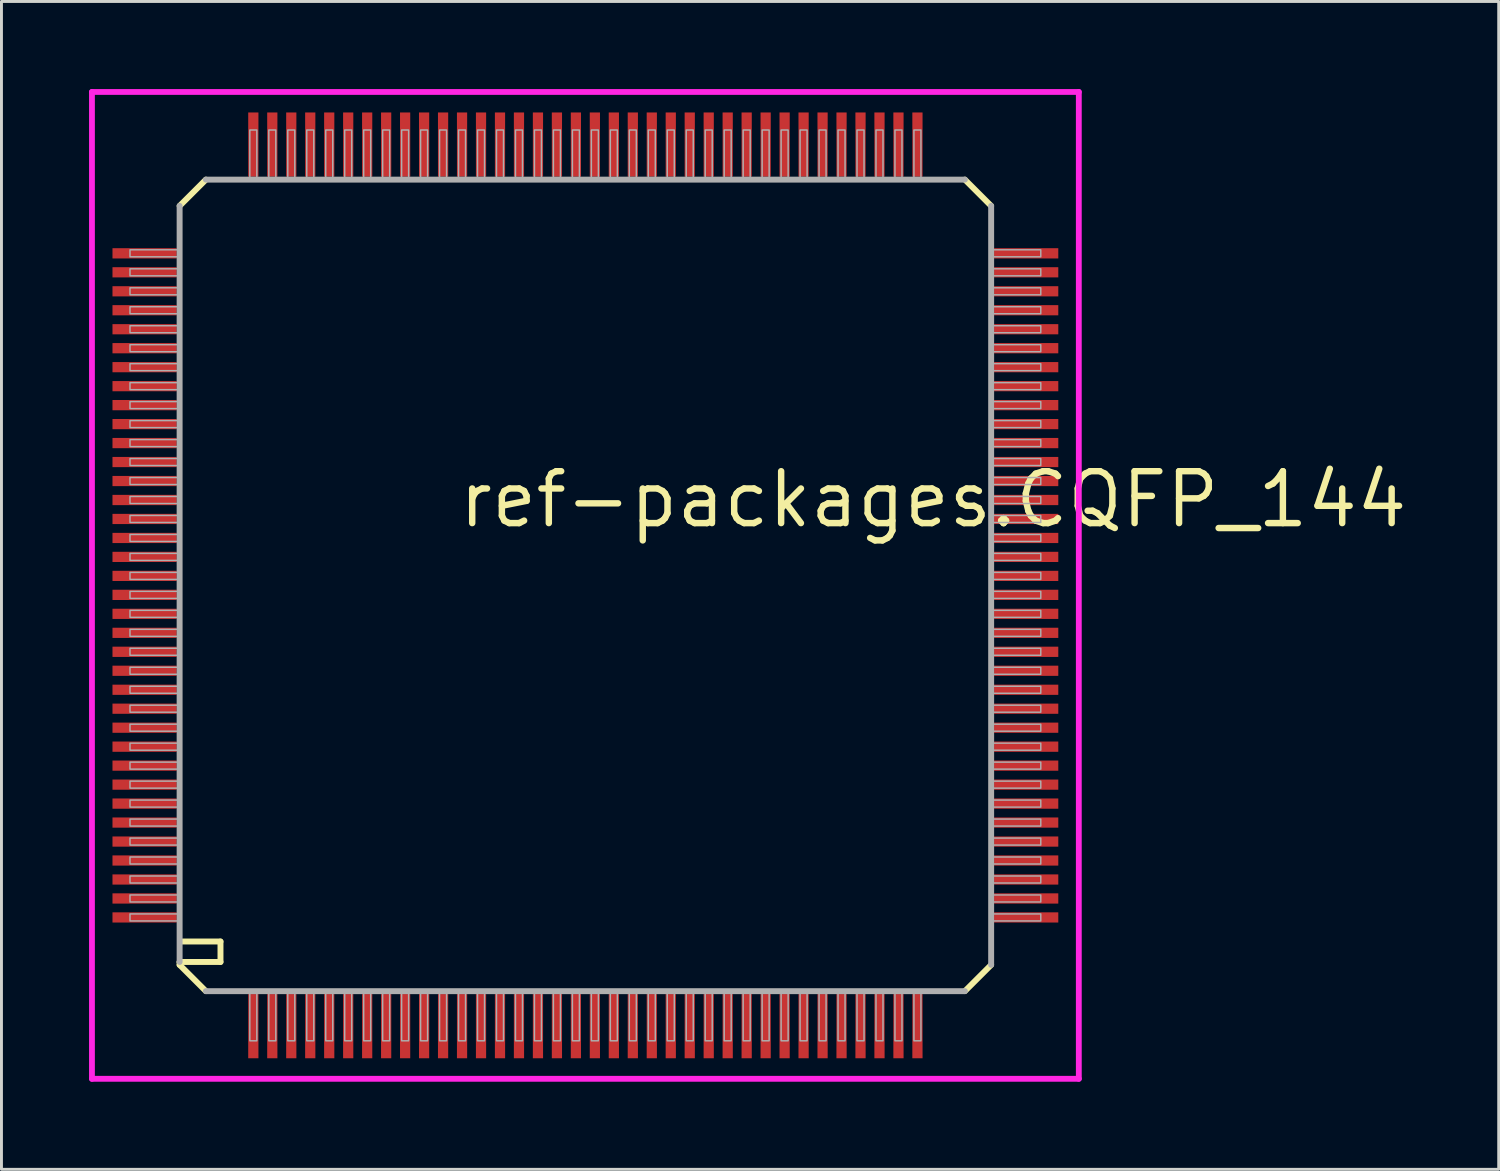
<source format=kicad_pcb>
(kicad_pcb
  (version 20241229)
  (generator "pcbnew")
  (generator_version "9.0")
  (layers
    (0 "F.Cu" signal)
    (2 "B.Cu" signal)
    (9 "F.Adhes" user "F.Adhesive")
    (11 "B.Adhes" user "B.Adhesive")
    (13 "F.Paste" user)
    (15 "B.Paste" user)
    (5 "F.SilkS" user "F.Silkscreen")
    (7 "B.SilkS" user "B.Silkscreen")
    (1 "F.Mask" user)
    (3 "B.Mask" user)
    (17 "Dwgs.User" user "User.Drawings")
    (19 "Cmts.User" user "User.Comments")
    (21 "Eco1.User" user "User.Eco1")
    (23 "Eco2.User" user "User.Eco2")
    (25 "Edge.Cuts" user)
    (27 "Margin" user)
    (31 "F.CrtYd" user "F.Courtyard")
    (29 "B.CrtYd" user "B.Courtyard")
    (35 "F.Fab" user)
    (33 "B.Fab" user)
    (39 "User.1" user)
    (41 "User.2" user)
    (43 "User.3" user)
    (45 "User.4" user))
  (footprint "ref-packages.CQFP_144"
    (layer "F.Cu")
    (at 17.003 17.003)
    (property "Reference" "ref-packages.CQFP_144" (at -4.445 -1.905 0) (layer "F.SilkS") (effects (font (size 1.778 1.778) (thickness 0.22)) (justify left bottom)))
    (attr smd)
    (fp_line (start -13.9 -13) (end -13 -13.9) (stroke (width 0.203) (type default)) (layer "F.SilkS"))
    (fp_line (start -13.9 12.9) (end -13.9 13) (stroke (width 0.203) (type default)) (layer "F.SilkS"))
    (fp_line (start -13.9 12.9) (end -12.5 12.9) (stroke (width 0.203) (type default)) (layer "F.SilkS"))
    (fp_line (start -13.9 13) (end -13 13.9) (stroke (width 0.203) (type default)) (layer "F.SilkS"))
    (fp_line (start -12.5 12.2) (end -13.8 12.2) (stroke (width 0.203) (type default)) (layer "F.SilkS"))
    (fp_line (start -12.5 12.9) (end -12.5 12.2) (stroke (width 0.203) (type default)) (layer "F.SilkS"))
    (fp_line (start 13 -13.9) (end 13.9 -13) (stroke (width 0.203) (type default)) (layer "F.SilkS"))
    (fp_line (start 13 13.9) (end 13.9 13) (stroke (width 0.203) (type default)) (layer "F.SilkS"))
    (fp_line (start -16.903 -16.903) (end 16.903 -16.903) (stroke (width 0.2) (type default)) (layer "F.CrtYd"))
    (fp_line (start -16.903 16.903) (end -16.903 -16.903) (stroke (width 0.2) (type default)) (layer "F.CrtYd"))
    (fp_line (start 16.903 -16.903) (end 16.903 16.903) (stroke (width 0.2) (type default)) (layer "F.CrtYd"))
    (fp_line (start 16.903 16.903) (end -16.903 16.903) (stroke (width 0.2) (type default)) (layer "F.CrtYd"))
    (fp_line (start -13.9 -13) (end -13.9 12.9) (stroke (width 0.203) (type default)) (layer "F.Fab"))
    (fp_line (start -13 13.9) (end 13 13.9) (stroke (width 0.203) (type default)) (layer "F.Fab"))
    (fp_line (start 13 -13.9) (end -13 -13.9) (stroke (width 0.203) (type default)) (layer "F.Fab"))
    (fp_line (start 13.9 13) (end 13.9 -13) (stroke (width 0.203) (type default)) (layer "F.Fab"))
    (fp_rect (start -15.6 -11.255) (end -13.9 -11.495) (stroke (width 0.05) (type default)) (fill no) (layer "F.Fab"))
    (fp_rect (start -15.6 -10.605) (end -13.9 -10.845) (stroke (width 0.05) (type default)) (fill no) (layer "F.Fab"))
    (fp_rect (start -15.6 -9.955) (end -13.9 -10.195) (stroke (width 0.05) (type default)) (fill no) (layer "F.Fab"))
    (fp_rect (start -15.6 -9.305) (end -13.9 -9.545) (stroke (width 0.05) (type default)) (fill no) (layer "F.Fab"))
    (fp_rect (start -15.6 -8.655) (end -13.9 -8.895) (stroke (width 0.05) (type default)) (fill no) (layer "F.Fab"))
    (fp_rect (start -15.6 -8.005) (end -13.9 -8.245) (stroke (width 0.05) (type default)) (fill no) (layer "F.Fab"))
    (fp_rect (start -15.6 -7.355) (end -13.9 -7.595) (stroke (width 0.05) (type default)) (fill no) (layer "F.Fab"))
    (fp_rect (start -15.6 -6.705) (end -13.9 -6.945) (stroke (width 0.05) (type default)) (fill no) (layer "F.Fab"))
    (fp_rect (start -15.6 -6.055) (end -13.9 -6.295) (stroke (width 0.05) (type default)) (fill no) (layer "F.Fab"))
    (fp_rect (start -15.6 -5.405) (end -13.9 -5.645) (stroke (width 0.05) (type default)) (fill no) (layer "F.Fab"))
    (fp_rect (start -15.6 -4.755) (end -13.9 -4.995) (stroke (width 0.05) (type default)) (fill no) (layer "F.Fab"))
    (fp_rect (start -15.6 -4.105) (end -13.9 -4.345) (stroke (width 0.05) (type default)) (fill no) (layer "F.Fab"))
    (fp_rect (start -15.6 -3.455) (end -13.9 -3.695) (stroke (width 0.05) (type default)) (fill no) (layer "F.Fab"))
    (fp_rect (start -15.6 -2.805) (end -13.9 -3.045) (stroke (width 0.05) (type default)) (fill no) (layer "F.Fab"))
    (fp_rect (start -15.6 -2.155) (end -13.9 -2.395) (stroke (width 0.05) (type default)) (fill no) (layer "F.Fab"))
    (fp_rect (start -15.6 -1.505) (end -13.9 -1.745) (stroke (width 0.05) (type default)) (fill no) (layer "F.Fab"))
    (fp_rect (start -15.6 -0.855) (end -13.9 -1.095) (stroke (width 0.05) (type default)) (fill no) (layer "F.Fab"))
    (fp_rect (start -15.6 -0.205) (end -13.9 -0.445) (stroke (width 0.05) (type default)) (fill no) (layer "F.Fab"))
    (fp_rect (start -15.6 0.445) (end -13.9 0.205) (stroke (width 0.05) (type default)) (fill no) (layer "F.Fab"))
    (fp_rect (start -15.6 1.095) (end -13.9 0.855) (stroke (width 0.05) (type default)) (fill no) (layer "F.Fab"))
    (fp_rect (start -15.6 1.745) (end -13.9 1.505) (stroke (width 0.05) (type default)) (fill no) (layer "F.Fab"))
    (fp_rect (start -15.6 2.395) (end -13.9 2.155) (stroke (width 0.05) (type default)) (fill no) (layer "F.Fab"))
    (fp_rect (start -15.6 3.045) (end -13.9 2.805) (stroke (width 0.05) (type default)) (fill no) (layer "F.Fab"))
    (fp_rect (start -15.6 3.695) (end -13.9 3.455) (stroke (width 0.05) (type default)) (fill no) (layer "F.Fab"))
    (fp_rect (start -15.6 4.345) (end -13.9 4.105) (stroke (width 0.05) (type default)) (fill no) (layer "F.Fab"))
    (fp_rect (start -15.6 4.995) (end -13.9 4.755) (stroke (width 0.05) (type default)) (fill no) (layer "F.Fab"))
    (fp_rect (start -15.6 5.645) (end -13.9 5.405) (stroke (width 0.05) (type default)) (fill no) (layer "F.Fab"))
    (fp_rect (start -15.6 6.295) (end -13.9 6.055) (stroke (width 0.05) (type default)) (fill no) (layer "F.Fab"))
    (fp_rect (start -15.6 6.945) (end -13.9 6.705) (stroke (width 0.05) (type default)) (fill no) (layer "F.Fab"))
    (fp_rect (start -15.6 7.595) (end -13.9 7.355) (stroke (width 0.05) (type default)) (fill no) (layer "F.Fab"))
    (fp_rect (start -15.6 8.245) (end -13.9 8.005) (stroke (width 0.05) (type default)) (fill no) (layer "F.Fab"))
    (fp_rect (start -15.6 8.895) (end -13.9 8.655) (stroke (width 0.05) (type default)) (fill no) (layer "F.Fab"))
    (fp_rect (start -15.6 9.545) (end -13.9 9.305) (stroke (width 0.05) (type default)) (fill no) (layer "F.Fab"))
    (fp_rect (start -15.6 10.195) (end -13.9 9.955) (stroke (width 0.05) (type default)) (fill no) (layer "F.Fab"))
    (fp_rect (start -15.6 10.845) (end -13.9 10.605) (stroke (width 0.05) (type default)) (fill no) (layer "F.Fab"))
    (fp_rect (start -15.6 11.495) (end -13.9 11.255) (stroke (width 0.05) (type default)) (fill no) (layer "F.Fab"))
    (fp_rect (start -11.495 -13.9) (end -11.255 -15.6) (stroke (width 0.05) (type default)) (fill no) (layer "F.Fab"))
    (fp_rect (start -11.495 15.6) (end -11.255 13.9) (stroke (width 0.05) (type default)) (fill no) (layer "F.Fab"))
    (fp_rect (start -10.845 -13.9) (end -10.605 -15.6) (stroke (width 0.05) (type default)) (fill no) (layer "F.Fab"))
    (fp_rect (start -10.845 15.6) (end -10.605 13.9) (stroke (width 0.05) (type default)) (fill no) (layer "F.Fab"))
    (fp_rect (start -10.195 -13.9) (end -9.955 -15.6) (stroke (width 0.05) (type default)) (fill no) (layer "F.Fab"))
    (fp_rect (start -10.195 15.6) (end -9.955 13.9) (stroke (width 0.05) (type default)) (fill no) (layer "F.Fab"))
    (fp_rect (start -9.545 -13.9) (end -9.305 -15.6) (stroke (width 0.05) (type default)) (fill no) (layer "F.Fab"))
    (fp_rect (start -9.545 15.6) (end -9.305 13.9) (stroke (width 0.05) (type default)) (fill no) (layer "F.Fab"))
    (fp_rect (start -8.895 -13.9) (end -8.655 -15.6) (stroke (width 0.05) (type default)) (fill no) (layer "F.Fab"))
    (fp_rect (start -8.895 15.6) (end -8.655 13.9) (stroke (width 0.05) (type default)) (fill no) (layer "F.Fab"))
    (fp_rect (start -8.245 -13.9) (end -8.005 -15.6) (stroke (width 0.05) (type default)) (fill no) (layer "F.Fab"))
    (fp_rect (start -8.245 15.6) (end -8.005 13.9) (stroke (width 0.05) (type default)) (fill no) (layer "F.Fab"))
    (fp_rect (start -7.595 -13.9) (end -7.355 -15.6) (stroke (width 0.05) (type default)) (fill no) (layer "F.Fab"))
    (fp_rect (start -7.595 15.6) (end -7.355 13.9) (stroke (width 0.05) (type default)) (fill no) (layer "F.Fab"))
    (fp_rect (start -6.945 -13.9) (end -6.705 -15.6) (stroke (width 0.05) (type default)) (fill no) (layer "F.Fab"))
    (fp_rect (start -6.945 15.6) (end -6.705 13.9) (stroke (width 0.05) (type default)) (fill no) (layer "F.Fab"))
    (fp_rect (start -6.295 -13.9) (end -6.055 -15.6) (stroke (width 0.05) (type default)) (fill no) (layer "F.Fab"))
    (fp_rect (start -6.295 15.6) (end -6.055 13.9) (stroke (width 0.05) (type default)) (fill no) (layer "F.Fab"))
    (fp_rect (start -5.645 -13.9) (end -5.405 -15.6) (stroke (width 0.05) (type default)) (fill no) (layer "F.Fab"))
    (fp_rect (start -5.645 15.6) (end -5.405 13.9) (stroke (width 0.05) (type default)) (fill no) (layer "F.Fab"))
    (fp_rect (start -4.995 -13.9) (end -4.755 -15.6) (stroke (width 0.05) (type default)) (fill no) (layer "F.Fab"))
    (fp_rect (start -4.995 15.6) (end -4.755 13.9) (stroke (width 0.05) (type default)) (fill no) (layer "F.Fab"))
    (fp_rect (start -4.345 -13.9) (end -4.105 -15.6) (stroke (width 0.05) (type default)) (fill no) (layer "F.Fab"))
    (fp_rect (start -4.345 15.6) (end -4.105 13.9) (stroke (width 0.05) (type default)) (fill no) (layer "F.Fab"))
    (fp_rect (start -3.695 -13.9) (end -3.455 -15.6) (stroke (width 0.05) (type default)) (fill no) (layer "F.Fab"))
    (fp_rect (start -3.695 15.6) (end -3.455 13.9) (stroke (width 0.05) (type default)) (fill no) (layer "F.Fab"))
    (fp_rect (start -3.045 -13.9) (end -2.805 -15.6) (stroke (width 0.05) (type default)) (fill no) (layer "F.Fab"))
    (fp_rect (start -3.045 15.6) (end -2.805 13.9) (stroke (width 0.05) (type default)) (fill no) (layer "F.Fab"))
    (fp_rect (start -2.395 -13.9) (end -2.155 -15.6) (stroke (width 0.05) (type default)) (fill no) (layer "F.Fab"))
    (fp_rect (start -2.395 15.6) (end -2.155 13.9) (stroke (width 0.05) (type default)) (fill no) (layer "F.Fab"))
    (fp_rect (start -1.745 -13.9) (end -1.505 -15.6) (stroke (width 0.05) (type default)) (fill no) (layer "F.Fab"))
    (fp_rect (start -1.745 15.6) (end -1.505 13.9) (stroke (width 0.05) (type default)) (fill no) (layer "F.Fab"))
    (fp_rect (start -1.095 -13.9) (end -0.855 -15.6) (stroke (width 0.05) (type default)) (fill no) (layer "F.Fab"))
    (fp_rect (start -1.095 15.6) (end -0.855 13.9) (stroke (width 0.05) (type default)) (fill no) (layer "F.Fab"))
    (fp_rect (start -0.445 -13.9) (end -0.205 -15.6) (stroke (width 0.05) (type default)) (fill no) (layer "F.Fab"))
    (fp_rect (start -0.445 15.6) (end -0.205 13.9) (stroke (width 0.05) (type default)) (fill no) (layer "F.Fab"))
    (fp_rect (start 0.205 -13.9) (end 0.445 -15.6) (stroke (width 0.05) (type default)) (fill no) (layer "F.Fab"))
    (fp_rect (start 0.205 15.6) (end 0.445 13.9) (stroke (width 0.05) (type default)) (fill no) (layer "F.Fab"))
    (fp_rect (start 0.855 -13.9) (end 1.095 -15.6) (stroke (width 0.05) (type default)) (fill no) (layer "F.Fab"))
    (fp_rect (start 0.855 15.6) (end 1.095 13.9) (stroke (width 0.05) (type default)) (fill no) (layer "F.Fab"))
    (fp_rect (start 1.505 -13.9) (end 1.745 -15.6) (stroke (width 0.05) (type default)) (fill no) (layer "F.Fab"))
    (fp_rect (start 1.505 15.6) (end 1.745 13.9) (stroke (width 0.05) (type default)) (fill no) (layer "F.Fab"))
    (fp_rect (start 2.155 -13.9) (end 2.395 -15.6) (stroke (width 0.05) (type default)) (fill no) (layer "F.Fab"))
    (fp_rect (start 2.155 15.6) (end 2.395 13.9) (stroke (width 0.05) (type default)) (fill no) (layer "F.Fab"))
    (fp_rect (start 2.805 -13.9) (end 3.045 -15.6) (stroke (width 0.05) (type default)) (fill no) (layer "F.Fab"))
    (fp_rect (start 2.805 15.6) (end 3.045 13.9) (stroke (width 0.05) (type default)) (fill no) (layer "F.Fab"))
    (fp_rect (start 3.455 -13.9) (end 3.695 -15.6) (stroke (width 0.05) (type default)) (fill no) (layer "F.Fab"))
    (fp_rect (start 3.455 15.6) (end 3.695 13.9) (stroke (width 0.05) (type default)) (fill no) (layer "F.Fab"))
    (fp_rect (start 4.105 -13.9) (end 4.345 -15.6) (stroke (width 0.05) (type default)) (fill no) (layer "F.Fab"))
    (fp_rect (start 4.105 15.6) (end 4.345 13.9) (stroke (width 0.05) (type default)) (fill no) (layer "F.Fab"))
    (fp_rect (start 4.755 -13.9) (end 4.995 -15.6) (stroke (width 0.05) (type default)) (fill no) (layer "F.Fab"))
    (fp_rect (start 4.755 15.6) (end 4.995 13.9) (stroke (width 0.05) (type default)) (fill no) (layer "F.Fab"))
    (fp_rect (start 5.405 -13.9) (end 5.645 -15.6) (stroke (width 0.05) (type default)) (fill no) (layer "F.Fab"))
    (fp_rect (start 5.405 15.6) (end 5.645 13.9) (stroke (width 0.05) (type default)) (fill no) (layer "F.Fab"))
    (fp_rect (start 6.055 -13.9) (end 6.295 -15.6) (stroke (width 0.05) (type default)) (fill no) (layer "F.Fab"))
    (fp_rect (start 6.055 15.6) (end 6.295 13.9) (stroke (width 0.05) (type default)) (fill no) (layer "F.Fab"))
    (fp_rect (start 6.705 -13.9) (end 6.945 -15.6) (stroke (width 0.05) (type default)) (fill no) (layer "F.Fab"))
    (fp_rect (start 6.705 15.6) (end 6.945 13.9) (stroke (width 0.05) (type default)) (fill no) (layer "F.Fab"))
    (fp_rect (start 7.355 -13.9) (end 7.595 -15.6) (stroke (width 0.05) (type default)) (fill no) (layer "F.Fab"))
    (fp_rect (start 7.355 15.6) (end 7.595 13.9) (stroke (width 0.05) (type default)) (fill no) (layer "F.Fab"))
    (fp_rect (start 8.005 -13.9) (end 8.245 -15.6) (stroke (width 0.05) (type default)) (fill no) (layer "F.Fab"))
    (fp_rect (start 8.005 15.6) (end 8.245 13.9) (stroke (width 0.05) (type default)) (fill no) (layer "F.Fab"))
    (fp_rect (start 8.655 -13.9) (end 8.895 -15.6) (stroke (width 0.05) (type default)) (fill no) (layer "F.Fab"))
    (fp_rect (start 8.655 15.6) (end 8.895 13.9) (stroke (width 0.05) (type default)) (fill no) (layer "F.Fab"))
    (fp_rect (start 9.305 -13.9) (end 9.545 -15.6) (stroke (width 0.05) (type default)) (fill no) (layer "F.Fab"))
    (fp_rect (start 9.305 15.6) (end 9.545 13.9) (stroke (width 0.05) (type default)) (fill no) (layer "F.Fab"))
    (fp_rect (start 9.955 -13.9) (end 10.195 -15.6) (stroke (width 0.05) (type default)) (fill no) (layer "F.Fab"))
    (fp_rect (start 9.955 15.6) (end 10.195 13.9) (stroke (width 0.05) (type default)) (fill no) (layer "F.Fab"))
    (fp_rect (start 10.605 -13.9) (end 10.845 -15.6) (stroke (width 0.05) (type default)) (fill no) (layer "F.Fab"))
    (fp_rect (start 10.605 15.6) (end 10.845 13.9) (stroke (width 0.05) (type default)) (fill no) (layer "F.Fab"))
    (fp_rect (start 11.255 -13.9) (end 11.495 -15.6) (stroke (width 0.05) (type default)) (fill no) (layer "F.Fab"))
    (fp_rect (start 11.255 15.6) (end 11.495 13.9) (stroke (width 0.05) (type default)) (fill no) (layer "F.Fab"))
    (fp_rect (start 13.9 -11.255) (end 15.6 -11.495) (stroke (width 0.05) (type default)) (fill no) (layer "F.Fab"))
    (fp_rect (start 13.9 -10.605) (end 15.6 -10.845) (stroke (width 0.05) (type default)) (fill no) (layer "F.Fab"))
    (fp_rect (start 13.9 -9.955) (end 15.6 -10.195) (stroke (width 0.05) (type default)) (fill no) (layer "F.Fab"))
    (fp_rect (start 13.9 -9.305) (end 15.6 -9.545) (stroke (width 0.05) (type default)) (fill no) (layer "F.Fab"))
    (fp_rect (start 13.9 -8.655) (end 15.6 -8.895) (stroke (width 0.05) (type default)) (fill no) (layer "F.Fab"))
    (fp_rect (start 13.9 -8.005) (end 15.6 -8.245) (stroke (width 0.05) (type default)) (fill no) (layer "F.Fab"))
    (fp_rect (start 13.9 -7.355) (end 15.6 -7.595) (stroke (width 0.05) (type default)) (fill no) (layer "F.Fab"))
    (fp_rect (start 13.9 -6.705) (end 15.6 -6.945) (stroke (width 0.05) (type default)) (fill no) (layer "F.Fab"))
    (fp_rect (start 13.9 -6.055) (end 15.6 -6.295) (stroke (width 0.05) (type default)) (fill no) (layer "F.Fab"))
    (fp_rect (start 13.9 -5.405) (end 15.6 -5.645) (stroke (width 0.05) (type default)) (fill no) (layer "F.Fab"))
    (fp_rect (start 13.9 -4.755) (end 15.6 -4.995) (stroke (width 0.05) (type default)) (fill no) (layer "F.Fab"))
    (fp_rect (start 13.9 -4.105) (end 15.6 -4.345) (stroke (width 0.05) (type default)) (fill no) (layer "F.Fab"))
    (fp_rect (start 13.9 -3.455) (end 15.6 -3.695) (stroke (width 0.05) (type default)) (fill no) (layer "F.Fab"))
    (fp_rect (start 13.9 -2.805) (end 15.6 -3.045) (stroke (width 0.05) (type default)) (fill no) (layer "F.Fab"))
    (fp_rect (start 13.9 -2.155) (end 15.6 -2.395) (stroke (width 0.05) (type default)) (fill no) (layer "F.Fab"))
    (fp_rect (start 13.9 -1.505) (end 15.6 -1.745) (stroke (width 0.05) (type default)) (fill no) (layer "F.Fab"))
    (fp_rect (start 13.9 -0.855) (end 15.6 -1.095) (stroke (width 0.05) (type default)) (fill no) (layer "F.Fab"))
    (fp_rect (start 13.9 -0.205) (end 15.6 -0.445) (stroke (width 0.05) (type default)) (fill no) (layer "F.Fab"))
    (fp_rect (start 13.9 0.445) (end 15.6 0.205) (stroke (width 0.05) (type default)) (fill no) (layer "F.Fab"))
    (fp_rect (start 13.9 1.095) (end 15.6 0.855) (stroke (width 0.05) (type default)) (fill no) (layer "F.Fab"))
    (fp_rect (start 13.9 1.745) (end 15.6 1.505) (stroke (width 0.05) (type default)) (fill no) (layer "F.Fab"))
    (fp_rect (start 13.9 2.395) (end 15.6 2.155) (stroke (width 0.05) (type default)) (fill no) (layer "F.Fab"))
    (fp_rect (start 13.9 3.045) (end 15.6 2.805) (stroke (width 0.05) (type default)) (fill no) (layer "F.Fab"))
    (fp_rect (start 13.9 3.695) (end 15.6 3.455) (stroke (width 0.05) (type default)) (fill no) (layer "F.Fab"))
    (fp_rect (start 13.9 4.345) (end 15.6 4.105) (stroke (width 0.05) (type default)) (fill no) (layer "F.Fab"))
    (fp_rect (start 13.9 4.995) (end 15.6 4.755) (stroke (width 0.05) (type default)) (fill no) (layer "F.Fab"))
    (fp_rect (start 13.9 5.645) (end 15.6 5.405) (stroke (width 0.05) (type default)) (fill no) (layer "F.Fab"))
    (fp_rect (start 13.9 6.295) (end 15.6 6.055) (stroke (width 0.05) (type default)) (fill no) (layer "F.Fab"))
    (fp_rect (start 13.9 6.945) (end 15.6 6.705) (stroke (width 0.05) (type default)) (fill no) (layer "F.Fab"))
    (fp_rect (start 13.9 7.595) (end 15.6 7.355) (stroke (width 0.05) (type default)) (fill no) (layer "F.Fab"))
    (fp_rect (start 13.9 8.245) (end 15.6 8.005) (stroke (width 0.05) (type default)) (fill no) (layer "F.Fab"))
    (fp_rect (start 13.9 8.895) (end 15.6 8.655) (stroke (width 0.05) (type default)) (fill no) (layer "F.Fab"))
    (fp_rect (start 13.9 9.545) (end 15.6 9.305) (stroke (width 0.05) (type default)) (fill no) (layer "F.Fab"))
    (fp_rect (start 13.9 10.195) (end 15.6 9.955) (stroke (width 0.05) (type default)) (fill no) (layer "F.Fab"))
    (fp_rect (start 13.9 10.845) (end 15.6 10.605) (stroke (width 0.05) (type default)) (fill no) (layer "F.Fab"))
    (fp_rect (start 13.9 11.495) (end 15.6 11.255) (stroke (width 0.05) (type default)) (fill no) (layer "F.Fab"))
    (pad "1" smd roundrect (at -11.375 15.1) (size 0.35 2.2) (layers "F.Cu" "F.Mask" "F.Paste") (roundrect_rratio 0.01))
    (pad "2" smd roundrect (at -10.725 15.1) (size 0.35 2.2) (layers "F.Cu" "F.Mask" "F.Paste") (roundrect_rratio 0.01))
    (pad "3" smd roundrect (at -10.075 15.1) (size 0.35 2.2) (layers "F.Cu" "F.Mask" "F.Paste") (roundrect_rratio 0.01))
    (pad "4" smd roundrect (at -9.425 15.1) (size 0.35 2.2) (layers "F.Cu" "F.Mask" "F.Paste") (roundrect_rratio 0.01))
    (pad "5" smd roundrect (at -8.775 15.1) (size 0.35 2.2) (layers "F.Cu" "F.Mask" "F.Paste") (roundrect_rratio 0.01))
    (pad "6" smd roundrect (at -8.125 15.1) (size 0.35 2.2) (layers "F.Cu" "F.Mask" "F.Paste") (roundrect_rratio 0.01))
    (pad "7" smd roundrect (at -7.475 15.1) (size 0.35 2.2) (layers "F.Cu" "F.Mask" "F.Paste") (roundrect_rratio 0.01))
    (pad "8" smd roundrect (at -6.825 15.1) (size 0.35 2.2) (layers "F.Cu" "F.Mask" "F.Paste") (roundrect_rratio 0.01))
    (pad "9" smd roundrect (at -6.175 15.1) (size 0.35 2.2) (layers "F.Cu" "F.Mask" "F.Paste") (roundrect_rratio 0.01))
    (pad "10" smd roundrect (at -5.525 15.1) (size 0.35 2.2) (layers "F.Cu" "F.Mask" "F.Paste") (roundrect_rratio 0.01))
    (pad "11" smd roundrect (at -4.875 15.1) (size 0.35 2.2) (layers "F.Cu" "F.Mask" "F.Paste") (roundrect_rratio 0.01))
    (pad "12" smd roundrect (at -4.225 15.1) (size 0.35 2.2) (layers "F.Cu" "F.Mask" "F.Paste") (roundrect_rratio 0.01))
    (pad "13" smd roundrect (at -3.575 15.1) (size 0.35 2.2) (layers "F.Cu" "F.Mask" "F.Paste") (roundrect_rratio 0.01))
    (pad "14" smd roundrect (at -2.925 15.1) (size 0.35 2.2) (layers "F.Cu" "F.Mask" "F.Paste") (roundrect_rratio 0.01))
    (pad "15" smd roundrect (at -2.275 15.1) (size 0.35 2.2) (layers "F.Cu" "F.Mask" "F.Paste") (roundrect_rratio 0.01))
    (pad "16" smd roundrect (at -1.625 15.1) (size 0.35 2.2) (layers "F.Cu" "F.Mask" "F.Paste") (roundrect_rratio 0.01))
    (pad "17" smd roundrect (at -0.975 15.1) (size 0.35 2.2) (layers "F.Cu" "F.Mask" "F.Paste") (roundrect_rratio 0.01))
    (pad "18" smd roundrect (at -0.325 15.1) (size 0.35 2.2) (layers "F.Cu" "F.Mask" "F.Paste") (roundrect_rratio 0.01))
    (pad "19" smd roundrect (at 0.325 15.1) (size 0.35 2.2) (layers "F.Cu" "F.Mask" "F.Paste") (roundrect_rratio 0.01))
    (pad "20" smd roundrect (at 0.975 15.1) (size 0.35 2.2) (layers "F.Cu" "F.Mask" "F.Paste") (roundrect_rratio 0.01))
    (pad "21" smd roundrect (at 1.625 15.1) (size 0.35 2.2) (layers "F.Cu" "F.Mask" "F.Paste") (roundrect_rratio 0.01))
    (pad "22" smd roundrect (at 2.275 15.1) (size 0.35 2.2) (layers "F.Cu" "F.Mask" "F.Paste") (roundrect_rratio 0.01))
    (pad "23" smd roundrect (at 2.925 15.1) (size 0.35 2.2) (layers "F.Cu" "F.Mask" "F.Paste") (roundrect_rratio 0.01))
    (pad "24" smd roundrect (at 3.575 15.1) (size 0.35 2.2) (layers "F.Cu" "F.Mask" "F.Paste") (roundrect_rratio 0.01))
    (pad "25" smd roundrect (at 4.225 15.1) (size 0.35 2.2) (layers "F.Cu" "F.Mask" "F.Paste") (roundrect_rratio 0.01))
    (pad "26" smd roundrect (at 4.875 15.1) (size 0.35 2.2) (layers "F.Cu" "F.Mask" "F.Paste") (roundrect_rratio 0.01))
    (pad "27" smd roundrect (at 5.525 15.1) (size 0.35 2.2) (layers "F.Cu" "F.Mask" "F.Paste") (roundrect_rratio 0.01))
    (pad "28" smd roundrect (at 6.175 15.1) (size 0.35 2.2) (layers "F.Cu" "F.Mask" "F.Paste") (roundrect_rratio 0.01))
    (pad "29" smd roundrect (at 6.825 15.1) (size 0.35 2.2) (layers "F.Cu" "F.Mask" "F.Paste") (roundrect_rratio 0.01))
    (pad "30" smd roundrect (at 7.475 15.1) (size 0.35 2.2) (layers "F.Cu" "F.Mask" "F.Paste") (roundrect_rratio 0.01))
    (pad "31" smd roundrect (at 8.125 15.1) (size 0.35 2.2) (layers "F.Cu" "F.Mask" "F.Paste") (roundrect_rratio 0.01))
    (pad "32" smd roundrect (at 8.775 15.1) (size 0.35 2.2) (layers "F.Cu" "F.Mask" "F.Paste") (roundrect_rratio 0.01))
    (pad "33" smd roundrect (at 9.425 15.1) (size 0.35 2.2) (layers "F.Cu" "F.Mask" "F.Paste") (roundrect_rratio 0.01))
    (pad "34" smd roundrect (at 10.075 15.1) (size 0.35 2.2) (layers "F.Cu" "F.Mask" "F.Paste") (roundrect_rratio 0.01))
    (pad "35" smd roundrect (at 10.725 15.1) (size 0.35 2.2) (layers "F.Cu" "F.Mask" "F.Paste") (roundrect_rratio 0.01))
    (pad "36" smd roundrect (at 11.375 15.1) (size 0.35 2.2) (layers "F.Cu" "F.Mask" "F.Paste") (roundrect_rratio 0.01))
    (pad "37" smd roundrect (at 15.1 11.375) (size 2.2 0.35) (layers "F.Cu" "F.Mask" "F.Paste") (roundrect_rratio 0.01))
    (pad "38" smd roundrect (at 15.1 10.725) (size 2.2 0.35) (layers "F.Cu" "F.Mask" "F.Paste") (roundrect_rratio 0.01))
    (pad "39" smd roundrect (at 15.1 10.075) (size 2.2 0.35) (layers "F.Cu" "F.Mask" "F.Paste") (roundrect_rratio 0.01))
    (pad "40" smd roundrect (at 15.1 9.425) (size 2.2 0.35) (layers "F.Cu" "F.Mask" "F.Paste") (roundrect_rratio 0.01))
    (pad "41" smd roundrect (at 15.1 8.775) (size 2.2 0.35) (layers "F.Cu" "F.Mask" "F.Paste") (roundrect_rratio 0.01))
    (pad "42" smd roundrect (at 15.1 8.125) (size 2.2 0.35) (layers "F.Cu" "F.Mask" "F.Paste") (roundrect_rratio 0.01))
    (pad "43" smd roundrect (at 15.1 7.475) (size 2.2 0.35) (layers "F.Cu" "F.Mask" "F.Paste") (roundrect_rratio 0.01))
    (pad "44" smd roundrect (at 15.1 6.825) (size 2.2 0.35) (layers "F.Cu" "F.Mask" "F.Paste") (roundrect_rratio 0.01))
    (pad "45" smd roundrect (at 15.1 6.175) (size 2.2 0.35) (layers "F.Cu" "F.Mask" "F.Paste") (roundrect_rratio 0.01))
    (pad "46" smd roundrect (at 15.1 5.525) (size 2.2 0.35) (layers "F.Cu" "F.Mask" "F.Paste") (roundrect_rratio 0.01))
    (pad "47" smd roundrect (at 15.1 4.875) (size 2.2 0.35) (layers "F.Cu" "F.Mask" "F.Paste") (roundrect_rratio 0.01))
    (pad "48" smd roundrect (at 15.1 4.225) (size 2.2 0.35) (layers "F.Cu" "F.Mask" "F.Paste") (roundrect_rratio 0.01))
    (pad "49" smd roundrect (at 15.1 3.575) (size 2.2 0.35) (layers "F.Cu" "F.Mask" "F.Paste") (roundrect_rratio 0.01))
    (pad "50" smd roundrect (at 15.1 2.925) (size 2.2 0.35) (layers "F.Cu" "F.Mask" "F.Paste") (roundrect_rratio 0.01))
    (pad "51" smd roundrect (at 15.1 2.275) (size 2.2 0.35) (layers "F.Cu" "F.Mask" "F.Paste") (roundrect_rratio 0.01))
    (pad "52" smd roundrect (at 15.1 1.625) (size 2.2 0.35) (layers "F.Cu" "F.Mask" "F.Paste") (roundrect_rratio 0.01))
    (pad "53" smd roundrect (at 15.1 0.975) (size 2.2 0.35) (layers "F.Cu" "F.Mask" "F.Paste") (roundrect_rratio 0.01))
    (pad "54" smd roundrect (at 15.1 0.325) (size 2.2 0.35) (layers "F.Cu" "F.Mask" "F.Paste") (roundrect_rratio 0.01))
    (pad "55" smd roundrect (at 15.1 -0.325) (size 2.2 0.35) (layers "F.Cu" "F.Mask" "F.Paste") (roundrect_rratio 0.01))
    (pad "56" smd roundrect (at 15.1 -0.975) (size 2.2 0.35) (layers "F.Cu" "F.Mask" "F.Paste") (roundrect_rratio 0.01))
    (pad "57" smd roundrect (at 15.1 -1.625) (size 2.2 0.35) (layers "F.Cu" "F.Mask" "F.Paste") (roundrect_rratio 0.01))
    (pad "58" smd roundrect (at 15.1 -2.275) (size 2.2 0.35) (layers "F.Cu" "F.Mask" "F.Paste") (roundrect_rratio 0.01))
    (pad "59" smd roundrect (at 15.1 -2.925) (size 2.2 0.35) (layers "F.Cu" "F.Mask" "F.Paste") (roundrect_rratio 0.01))
    (pad "60" smd roundrect (at 15.1 -3.575) (size 2.2 0.35) (layers "F.Cu" "F.Mask" "F.Paste") (roundrect_rratio 0.01))
    (pad "61" smd roundrect (at 15.1 -4.225) (size 2.2 0.35) (layers "F.Cu" "F.Mask" "F.Paste") (roundrect_rratio 0.01))
    (pad "62" smd roundrect (at 15.1 -4.875) (size 2.2 0.35) (layers "F.Cu" "F.Mask" "F.Paste") (roundrect_rratio 0.01))
    (pad "63" smd roundrect (at 15.1 -5.525) (size 2.2 0.35) (layers "F.Cu" "F.Mask" "F.Paste") (roundrect_rratio 0.01))
    (pad "64" smd roundrect (at 15.1 -6.175) (size 2.2 0.35) (layers "F.Cu" "F.Mask" "F.Paste") (roundrect_rratio 0.01))
    (pad "65" smd roundrect (at 15.1 -6.825) (size 2.2 0.35) (layers "F.Cu" "F.Mask" "F.Paste") (roundrect_rratio 0.01))
    (pad "66" smd roundrect (at 15.1 -7.475) (size 2.2 0.35) (layers "F.Cu" "F.Mask" "F.Paste") (roundrect_rratio 0.01))
    (pad "67" smd roundrect (at 15.1 -8.125) (size 2.2 0.35) (layers "F.Cu" "F.Mask" "F.Paste") (roundrect_rratio 0.01))
    (pad "68" smd roundrect (at 15.1 -8.775) (size 2.2 0.35) (layers "F.Cu" "F.Mask" "F.Paste") (roundrect_rratio 0.01))
    (pad "69" smd roundrect (at 15.1 -9.425) (size 2.2 0.35) (layers "F.Cu" "F.Mask" "F.Paste") (roundrect_rratio 0.01))
    (pad "70" smd roundrect (at 15.1 -10.075) (size 2.2 0.35) (layers "F.Cu" "F.Mask" "F.Paste") (roundrect_rratio 0.01))
    (pad "71" smd roundrect (at 15.1 -10.725) (size 2.2 0.35) (layers "F.Cu" "F.Mask" "F.Paste") (roundrect_rratio 0.01))
    (pad "72" smd roundrect (at 15.1 -11.375) (size 2.2 0.35) (layers "F.Cu" "F.Mask" "F.Paste") (roundrect_rratio 0.01))
    (pad "73" smd roundrect (at 11.375 -15.1) (size 0.35 2.2) (layers "F.Cu" "F.Mask" "F.Paste") (roundrect_rratio 0.01))
    (pad "74" smd roundrect (at 10.725 -15.1) (size 0.35 2.2) (layers "F.Cu" "F.Mask" "F.Paste") (roundrect_rratio 0.01))
    (pad "75" smd roundrect (at 10.075 -15.1) (size 0.35 2.2) (layers "F.Cu" "F.Mask" "F.Paste") (roundrect_rratio 0.01))
    (pad "76" smd roundrect (at 9.425 -15.1) (size 0.35 2.2) (layers "F.Cu" "F.Mask" "F.Paste") (roundrect_rratio 0.01))
    (pad "77" smd roundrect (at 8.775 -15.1) (size 0.35 2.2) (layers "F.Cu" "F.Mask" "F.Paste") (roundrect_rratio 0.01))
    (pad "78" smd roundrect (at 8.125 -15.1) (size 0.35 2.2) (layers "F.Cu" "F.Mask" "F.Paste") (roundrect_rratio 0.01))
    (pad "79" smd roundrect (at 7.475 -15.1) (size 0.35 2.2) (layers "F.Cu" "F.Mask" "F.Paste") (roundrect_rratio 0.01))
    (pad "80" smd roundrect (at 6.825 -15.1) (size 0.35 2.2) (layers "F.Cu" "F.Mask" "F.Paste") (roundrect_rratio 0.01))
    (pad "81" smd roundrect (at 6.175 -15.1) (size 0.35 2.2) (layers "F.Cu" "F.Mask" "F.Paste") (roundrect_rratio 0.01))
    (pad "82" smd roundrect (at 5.525 -15.1) (size 0.35 2.2) (layers "F.Cu" "F.Mask" "F.Paste") (roundrect_rratio 0.01))
    (pad "83" smd roundrect (at 4.875 -15.1) (size 0.35 2.2) (layers "F.Cu" "F.Mask" "F.Paste") (roundrect_rratio 0.01))
    (pad "84" smd roundrect (at 4.225 -15.1) (size 0.35 2.2) (layers "F.Cu" "F.Mask" "F.Paste") (roundrect_rratio 0.01))
    (pad "85" smd roundrect (at 3.575 -15.1) (size 0.35 2.2) (layers "F.Cu" "F.Mask" "F.Paste") (roundrect_rratio 0.01))
    (pad "86" smd roundrect (at 2.925 -15.1) (size 0.35 2.2) (layers "F.Cu" "F.Mask" "F.Paste") (roundrect_rratio 0.01))
    (pad "87" smd roundrect (at 2.275 -15.1) (size 0.35 2.2) (layers "F.Cu" "F.Mask" "F.Paste") (roundrect_rratio 0.01))
    (pad "88" smd roundrect (at 1.625 -15.1) (size 0.35 2.2) (layers "F.Cu" "F.Mask" "F.Paste") (roundrect_rratio 0.01))
    (pad "89" smd roundrect (at 0.975 -15.1) (size 0.35 2.2) (layers "F.Cu" "F.Mask" "F.Paste") (roundrect_rratio 0.01))
    (pad "90" smd roundrect (at 0.325 -15.1) (size 0.35 2.2) (layers "F.Cu" "F.Mask" "F.Paste") (roundrect_rratio 0.01))
    (pad "91" smd roundrect (at -0.325 -15.1) (size 0.35 2.2) (layers "F.Cu" "F.Mask" "F.Paste") (roundrect_rratio 0.01))
    (pad "92" smd roundrect (at -0.975 -15.1) (size 0.35 2.2) (layers "F.Cu" "F.Mask" "F.Paste") (roundrect_rratio 0.01))
    (pad "93" smd roundrect (at -1.625 -15.1) (size 0.35 2.2) (layers "F.Cu" "F.Mask" "F.Paste") (roundrect_rratio 0.01))
    (pad "94" smd roundrect (at -2.275 -15.1) (size 0.35 2.2) (layers "F.Cu" "F.Mask" "F.Paste") (roundrect_rratio 0.01))
    (pad "95" smd roundrect (at -2.925 -15.1) (size 0.35 2.2) (layers "F.Cu" "F.Mask" "F.Paste") (roundrect_rratio 0.01))
    (pad "96" smd roundrect (at -3.575 -15.1) (size 0.35 2.2) (layers "F.Cu" "F.Mask" "F.Paste") (roundrect_rratio 0.01))
    (pad "97" smd roundrect (at -4.225 -15.1) (size 0.35 2.2) (layers "F.Cu" "F.Mask" "F.Paste") (roundrect_rratio 0.01))
    (pad "98" smd roundrect (at -4.875 -15.1) (size 0.35 2.2) (layers "F.Cu" "F.Mask" "F.Paste") (roundrect_rratio 0.01))
    (pad "99" smd roundrect (at -5.525 -15.1) (size 0.35 2.2) (layers "F.Cu" "F.Mask" "F.Paste") (roundrect_rratio 0.01))
    (pad "100" smd roundrect (at -6.175 -15.1) (size 0.35 2.2) (layers "F.Cu" "F.Mask" "F.Paste") (roundrect_rratio 0.01))
    (pad "101" smd roundrect (at -6.825 -15.1) (size 0.35 2.2) (layers "F.Cu" "F.Mask" "F.Paste") (roundrect_rratio 0.01))
    (pad "102" smd roundrect (at -7.475 -15.1) (size 0.35 2.2) (layers "F.Cu" "F.Mask" "F.Paste") (roundrect_rratio 0.01))
    (pad "103" smd roundrect (at -8.125 -15.1) (size 0.35 2.2) (layers "F.Cu" "F.Mask" "F.Paste") (roundrect_rratio 0.01))
    (pad "104" smd roundrect (at -8.775 -15.1) (size 0.35 2.2) (layers "F.Cu" "F.Mask" "F.Paste") (roundrect_rratio 0.01))
    (pad "105" smd roundrect (at -9.425 -15.1) (size 0.35 2.2) (layers "F.Cu" "F.Mask" "F.Paste") (roundrect_rratio 0.01))
    (pad "106" smd roundrect (at -10.075 -15.1) (size 0.35 2.2) (layers "F.Cu" "F.Mask" "F.Paste") (roundrect_rratio 0.01))
    (pad "107" smd roundrect (at -10.725 -15.1) (size 0.35 2.2) (layers "F.Cu" "F.Mask" "F.Paste") (roundrect_rratio 0.01))
    (pad "108" smd roundrect (at -11.375 -15.1) (size 0.35 2.2) (layers "F.Cu" "F.Mask" "F.Paste") (roundrect_rratio 0.01))
    (pad "109" smd roundrect (at -15.1 -11.375) (size 2.2 0.35) (layers "F.Cu" "F.Mask" "F.Paste") (roundrect_rratio 0.01))
    (pad "110" smd roundrect (at -15.1 -10.725) (size 2.2 0.35) (layers "F.Cu" "F.Mask" "F.Paste") (roundrect_rratio 0.01))
    (pad "111" smd roundrect (at -15.1 -10.075) (size 2.2 0.35) (layers "F.Cu" "F.Mask" "F.Paste") (roundrect_rratio 0.01))
    (pad "112" smd roundrect (at -15.1 -9.425) (size 2.2 0.35) (layers "F.Cu" "F.Mask" "F.Paste") (roundrect_rratio 0.01))
    (pad "113" smd roundrect (at -15.1 -8.775) (size 2.2 0.35) (layers "F.Cu" "F.Mask" "F.Paste") (roundrect_rratio 0.01))
    (pad "114" smd roundrect (at -15.1 -8.125) (size 2.2 0.35) (layers "F.Cu" "F.Mask" "F.Paste") (roundrect_rratio 0.01))
    (pad "115" smd roundrect (at -15.1 -7.475) (size 2.2 0.35) (layers "F.Cu" "F.Mask" "F.Paste") (roundrect_rratio 0.01))
    (pad "116" smd roundrect (at -15.1 -6.825) (size 2.2 0.35) (layers "F.Cu" "F.Mask" "F.Paste") (roundrect_rratio 0.01))
    (pad "117" smd roundrect (at -15.1 -6.175) (size 2.2 0.35) (layers "F.Cu" "F.Mask" "F.Paste") (roundrect_rratio 0.01))
    (pad "118" smd roundrect (at -15.1 -5.525) (size 2.2 0.35) (layers "F.Cu" "F.Mask" "F.Paste") (roundrect_rratio 0.01))
    (pad "119" smd roundrect (at -15.1 -4.875) (size 2.2 0.35) (layers "F.Cu" "F.Mask" "F.Paste") (roundrect_rratio 0.01))
    (pad "120" smd roundrect (at -15.1 -4.225) (size 2.2 0.35) (layers "F.Cu" "F.Mask" "F.Paste") (roundrect_rratio 0.01))
    (pad "121" smd roundrect (at -15.1 -3.575) (size 2.2 0.35) (layers "F.Cu" "F.Mask" "F.Paste") (roundrect_rratio 0.01))
    (pad "122" smd roundrect (at -15.1 -2.925) (size 2.2 0.35) (layers "F.Cu" "F.Mask" "F.Paste") (roundrect_rratio 0.01))
    (pad "123" smd roundrect (at -15.1 -2.275) (size 2.2 0.35) (layers "F.Cu" "F.Mask" "F.Paste") (roundrect_rratio 0.01))
    (pad "124" smd roundrect (at -15.1 -1.625) (size 2.2 0.35) (layers "F.Cu" "F.Mask" "F.Paste") (roundrect_rratio 0.01))
    (pad "125" smd roundrect (at -15.1 -0.975) (size 2.2 0.35) (layers "F.Cu" "F.Mask" "F.Paste") (roundrect_rratio 0.01))
    (pad "126" smd roundrect (at -15.1 -0.325) (size 2.2 0.35) (layers "F.Cu" "F.Mask" "F.Paste") (roundrect_rratio 0.01))
    (pad "127" smd roundrect (at -15.1 0.325) (size 2.2 0.35) (layers "F.Cu" "F.Mask" "F.Paste") (roundrect_rratio 0.01))
    (pad "128" smd roundrect (at -15.1 0.975) (size 2.2 0.35) (layers "F.Cu" "F.Mask" "F.Paste") (roundrect_rratio 0.01))
    (pad "129" smd roundrect (at -15.1 1.625) (size 2.2 0.35) (layers "F.Cu" "F.Mask" "F.Paste") (roundrect_rratio 0.01))
    (pad "130" smd roundrect (at -15.1 2.275) (size 2.2 0.35) (layers "F.Cu" "F.Mask" "F.Paste") (roundrect_rratio 0.01))
    (pad "131" smd roundrect (at -15.1 2.925) (size 2.2 0.35) (layers "F.Cu" "F.Mask" "F.Paste") (roundrect_rratio 0.01))
    (pad "132" smd roundrect (at -15.1 3.575) (size 2.2 0.35) (layers "F.Cu" "F.Mask" "F.Paste") (roundrect_rratio 0.01))
    (pad "133" smd roundrect (at -15.1 4.225) (size 2.2 0.35) (layers "F.Cu" "F.Mask" "F.Paste") (roundrect_rratio 0.01))
    (pad "134" smd roundrect (at -15.1 4.875) (size 2.2 0.35) (layers "F.Cu" "F.Mask" "F.Paste") (roundrect_rratio 0.01))
    (pad "135" smd roundrect (at -15.1 5.525) (size 2.2 0.35) (layers "F.Cu" "F.Mask" "F.Paste") (roundrect_rratio 0.01))
    (pad "136" smd roundrect (at -15.1 6.175) (size 2.2 0.35) (layers "F.Cu" "F.Mask" "F.Paste") (roundrect_rratio 0.01))
    (pad "137" smd roundrect (at -15.1 6.825) (size 2.2 0.35) (layers "F.Cu" "F.Mask" "F.Paste") (roundrect_rratio 0.01))
    (pad "138" smd roundrect (at -15.1 7.475) (size 2.2 0.35) (layers "F.Cu" "F.Mask" "F.Paste") (roundrect_rratio 0.01))
    (pad "139" smd roundrect (at -15.1 8.125) (size 2.2 0.35) (layers "F.Cu" "F.Mask" "F.Paste") (roundrect_rratio 0.01))
    (pad "140" smd roundrect (at -15.1 8.775) (size 2.2 0.35) (layers "F.Cu" "F.Mask" "F.Paste") (roundrect_rratio 0.01))
    (pad "141" smd roundrect (at -15.1 9.425) (size 2.2 0.35) (layers "F.Cu" "F.Mask" "F.Paste") (roundrect_rratio 0.01))
    (pad "142" smd roundrect (at -15.1 10.075) (size 2.2 0.35) (layers "F.Cu" "F.Mask" "F.Paste") (roundrect_rratio 0.01))
    (pad "143" smd roundrect (at -15.1 10.725) (size 2.2 0.35) (layers "F.Cu" "F.Mask" "F.Paste") (roundrect_rratio 0.01))
    (pad "144" smd roundrect (at -15.1 11.375) (size 2.2 0.35) (layers "F.Cu" "F.Mask" "F.Paste") (roundrect_rratio 0.01)))
  (gr_rect
    (start -3 -3)
    (end 48.29 37.006)
    (stroke (width 0.1) (type default))
    (fill no)
    (layer "Edge.Cuts")))
</source>
